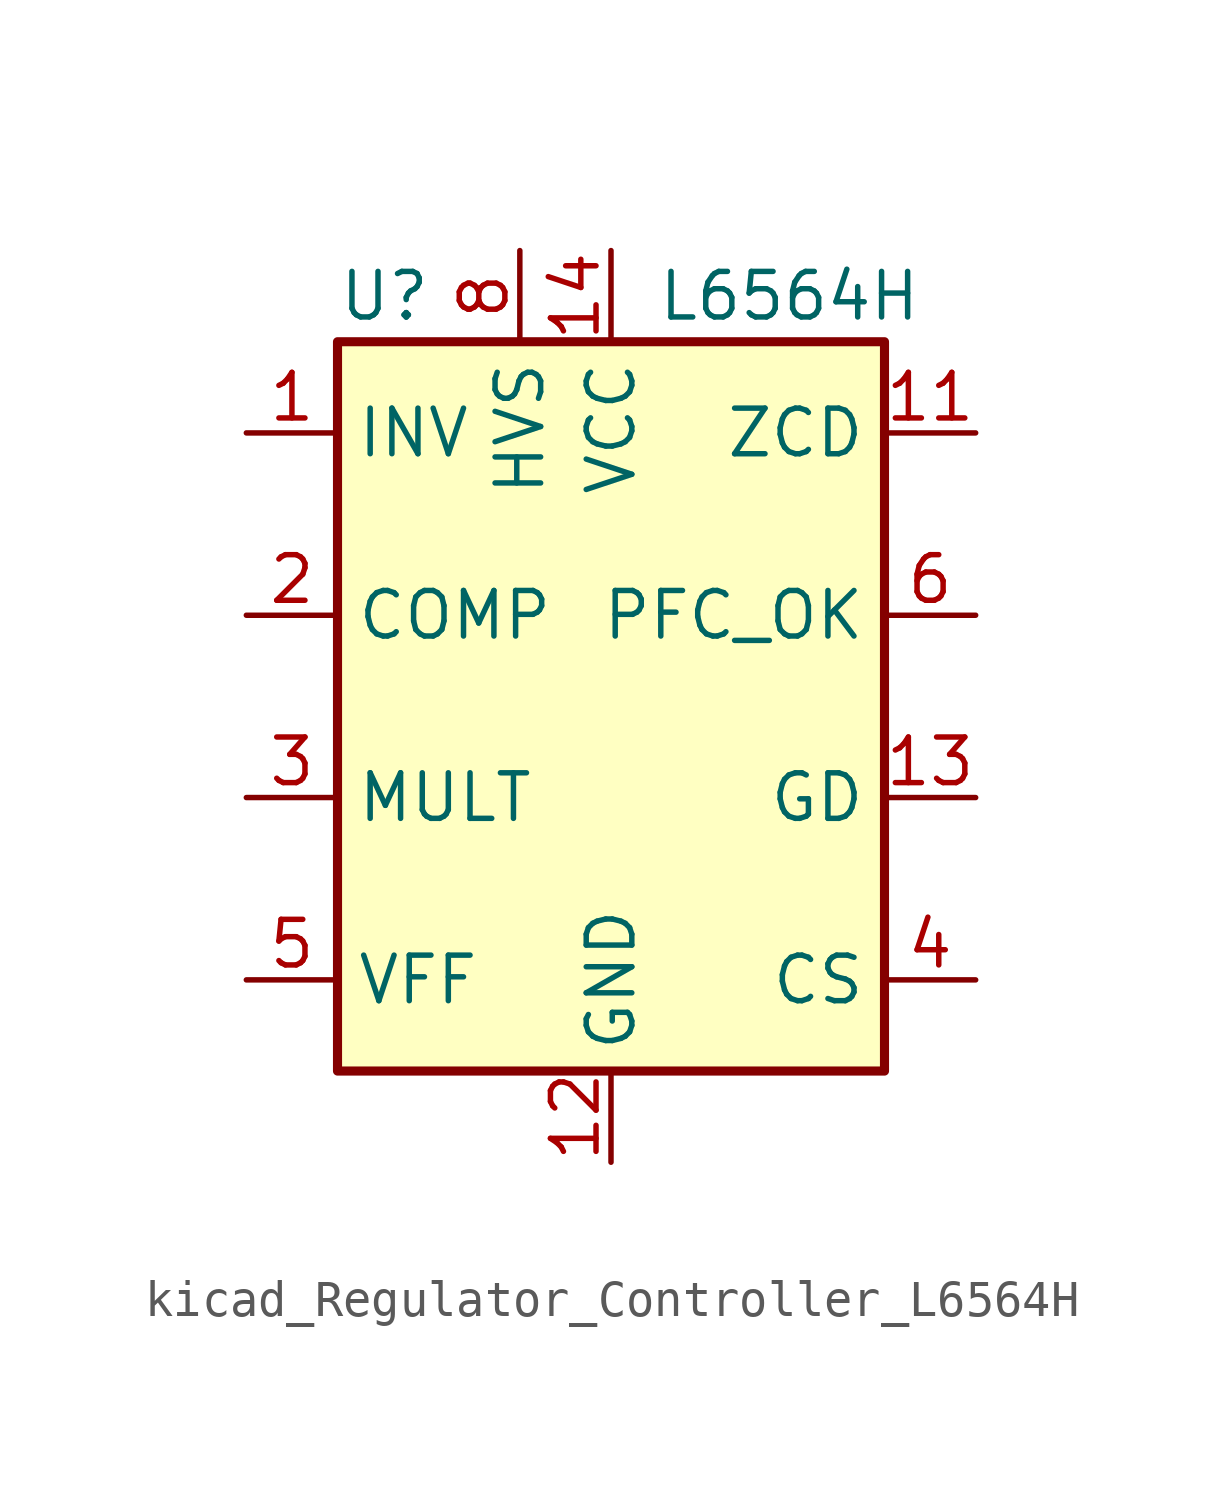
<source format=kicad_sym>
(kicad_symbol_lib
  (version 20220914)
  (generator kicad_symbol_editor)
  (symbol "kicad_Regulator_Controller_L6564H"
    (property "Reference" "U"
      (at -7.62 11.43 0)
      (effects (font (size 1.27 1.27)) (justify left)))
    (property "Value" "L6564H"
      (at 1.27 11.43 0)
      (effects (font (size 1.27 1.27)) (justify left)))
    (symbol "kicad_Regulator_Controller_L6564H_0_0"
      (rectangle (start -7.62 10.16) (end 7.62 -10.16) (stroke (width 0.254) (type default)) (fill (type background))))
    (symbol "kicad_Regulator_Controller_L6564H_1_1"
      (pin input line (at -10.16 7.62 0) (length 2.54) (name "INV" (effects (font (size 1.27 1.27)))) (number "1" (effects (font (size 1.27 1.27)))))
      (pin no_connect line (at -7.62 -5.08 0) (length 2.54) hide (name "NC" (effects (font (size 1.27 1.27)))) (number "10" (effects (font (size 1.27 1.27)))))
      (pin input line (at 10.16 7.62 180) (length 2.54) (name "ZCD" (effects (font (size 1.27 1.27)))) (number "11" (effects (font (size 1.27 1.27)))))
      (pin power_in line (at 0 -12.7 90) (length 2.54) (name "GND" (effects (font (size 1.27 1.27)))) (number "12" (effects (font (size 1.27 1.27)))))
      (pin output line (at 10.16 -2.54 180) (length 2.54) (name "GD" (effects (font (size 1.27 1.27)))) (number "13" (effects (font (size 1.27 1.27)))))
      (pin power_in line (at 0 12.7 270) (length 2.54) (name "VCC" (effects (font (size 1.27 1.27)))) (number "14" (effects (font (size 1.27 1.27)))))
      (pin output line (at -10.16 2.54 0) (length 2.54) (name "COMP" (effects (font (size 1.27 1.27)))) (number "2" (effects (font (size 1.27 1.27)))))
      (pin input line (at -10.16 -2.54 0) (length 2.54) (name "MULT" (effects (font (size 1.27 1.27)))) (number "3" (effects (font (size 1.27 1.27)))))
      (pin input line (at 10.16 -7.62 180) (length 2.54) (name "CS" (effects (font (size 1.27 1.27)))) (number "4" (effects (font (size 1.27 1.27)))))
      (pin passive line (at -10.16 -7.62 0) (length 2.54) (name "VFF" (effects (font (size 1.27 1.27)))) (number "5" (effects (font (size 1.27 1.27)))))
      (pin input line (at 10.16 2.54 180) (length 2.54) (name "PFC_OK" (effects (font (size 1.27 1.27)))) (number "6" (effects (font (size 1.27 1.27)))))
      (pin no_connect line (at -7.62 5.08 0) (length 2.54) hide (name "NC" (effects (font (size 1.27 1.27)))) (number "7" (effects (font (size 1.27 1.27)))))
      (pin input line (at -2.54 12.7 270) (length 2.54) (name "HVS" (effects (font (size 1.27 1.27)))) (number "8" (effects (font (size 1.27 1.27)))))
      (pin no_connect line (at -7.62 0 0) (length 2.54) hide (name "NC" (effects (font (size 1.27 1.27)))) (number "9" (effects (font (size 1.27 1.27))))))))
</source>
